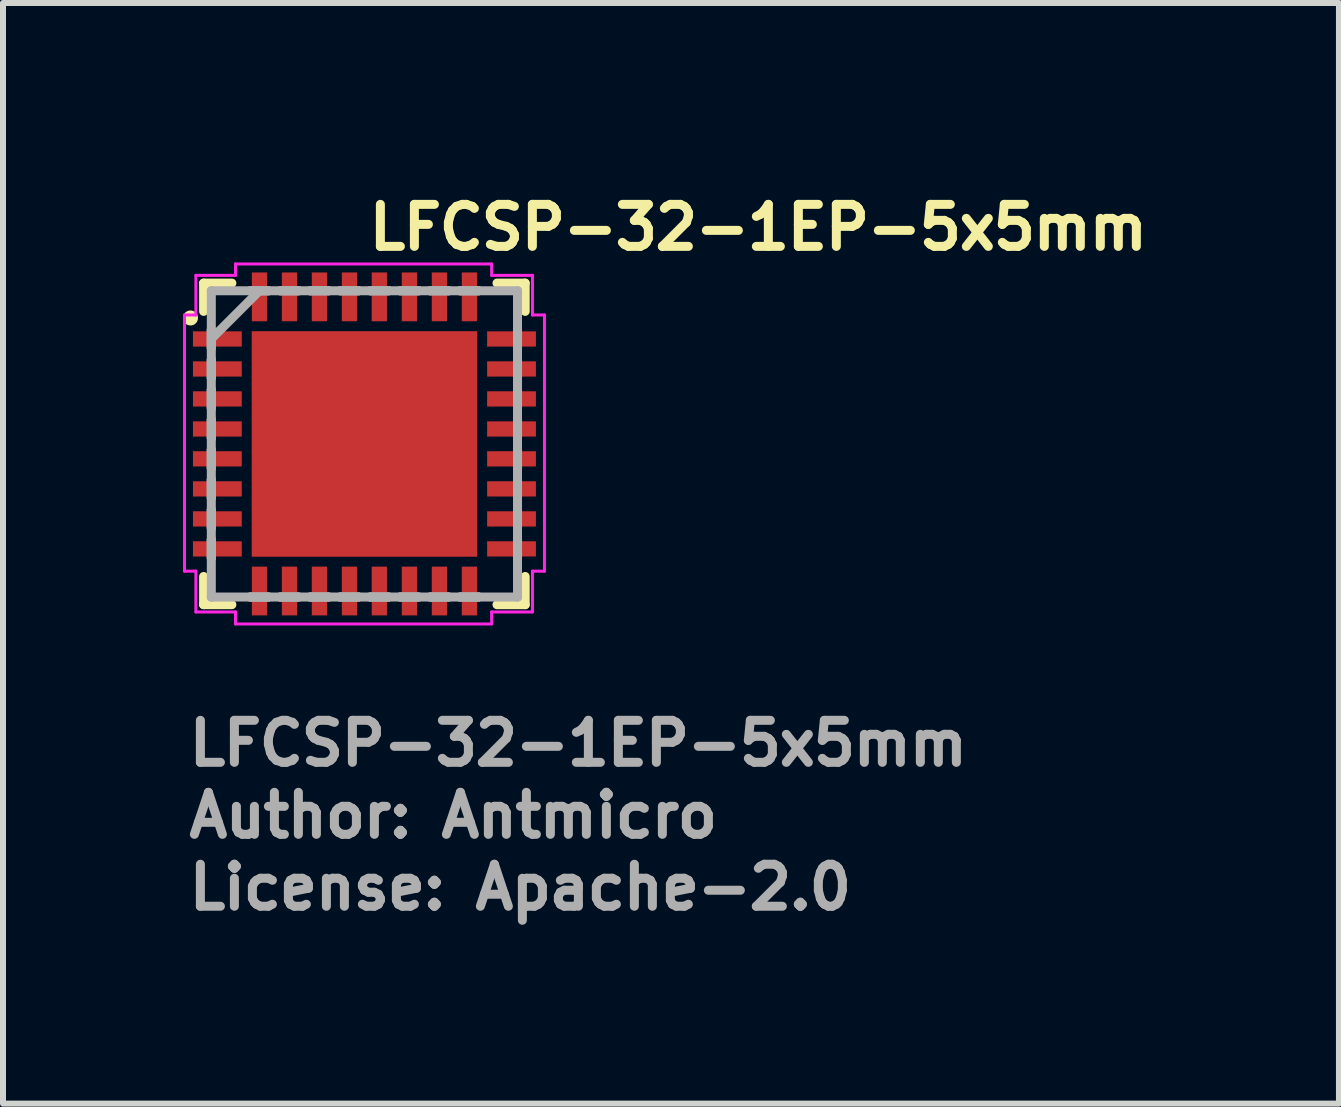
<source format=kicad_pcb>
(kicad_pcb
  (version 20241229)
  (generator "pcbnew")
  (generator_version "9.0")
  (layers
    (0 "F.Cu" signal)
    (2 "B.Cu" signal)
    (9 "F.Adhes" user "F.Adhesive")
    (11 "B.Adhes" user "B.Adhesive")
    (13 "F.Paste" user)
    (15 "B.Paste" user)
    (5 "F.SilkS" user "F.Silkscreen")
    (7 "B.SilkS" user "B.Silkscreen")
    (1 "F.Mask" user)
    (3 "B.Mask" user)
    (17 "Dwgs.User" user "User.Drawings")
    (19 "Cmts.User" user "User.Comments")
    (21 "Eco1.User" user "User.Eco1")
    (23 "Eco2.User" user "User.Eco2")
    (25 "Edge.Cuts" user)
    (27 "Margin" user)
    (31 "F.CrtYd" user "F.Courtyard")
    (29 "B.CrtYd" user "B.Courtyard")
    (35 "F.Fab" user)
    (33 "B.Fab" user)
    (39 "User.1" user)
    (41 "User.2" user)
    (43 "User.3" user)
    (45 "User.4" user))
  (footprint "LFCSP-32-1EP-5x5mm"
    (layer "F.Cu")
    (at 3.025 4.35)
    (property "Reference" "LFCSP-32-1EP-5x5mm" (at 0 -3.2 0) (layer "F.SilkS") (effects (font (size 0.7 0.7) (thickness 0.15)) (justify left bottom)))
    (attr smd)
    (fp_line (start -2.681 -2.681) (end -2.681 -2.21) (stroke (width 0.15) (type solid)) (layer "F.SilkS"))
    (fp_line (start -2.681 2.209) (end -2.681 2.679) (stroke (width 0.15) (type solid)) (layer "F.SilkS"))
    (fp_line (start -2.681 2.679) (end -2.21 2.679) (stroke (width 0.15) (type solid)) (layer "F.SilkS"))
    (fp_line (start -2.21 -2.681) (end -2.681 -2.681) (stroke (width 0.15) (type solid)) (layer "F.SilkS"))
    (fp_line (start 2.209 2.679) (end 2.679 2.679) (stroke (width 0.15) (type solid)) (layer "F.SilkS"))
    (fp_line (start 2.679 -2.681) (end 2.209 -2.681) (stroke (width 0.15) (type solid)) (layer "F.SilkS"))
    (fp_line (start 2.679 -2.21) (end 2.679 -2.681) (stroke (width 0.15) (type solid)) (layer "F.SilkS"))
    (fp_line (start 2.679 2.679) (end 2.679 2.209) (stroke (width 0.15) (type solid)) (layer "F.SilkS"))
    (fp_circle (center -2.9 -2.1) (end -2.85 -2.1) (stroke (width 0.15) (type solid)) (fill yes) (layer "F.SilkS"))
    (fp_line (start -3 -2.15) (end -2.81 -2.15) (stroke (width 0.05) (type solid)) (layer "F.CrtYd"))
    (fp_line (start -3 2.12) (end -3 -2.15) (stroke (width 0.05) (type solid)) (layer "F.CrtYd"))
    (fp_line (start -2.81 -2.81) (end -2.15 -2.81) (stroke (width 0.05) (type solid)) (layer "F.CrtYd"))
    (fp_line (start -2.81 -2.15) (end -2.81 -2.81) (stroke (width 0.05) (type solid)) (layer "F.CrtYd"))
    (fp_line (start -2.81 2.12) (end -3 2.12) (stroke (width 0.05) (type solid)) (layer "F.CrtYd"))
    (fp_line (start -2.81 2.8) (end -2.81 2.12) (stroke (width 0.05) (type solid)) (layer "F.CrtYd"))
    (fp_line (start -2.15 -3) (end 2.12 -3) (stroke (width 0.05) (type solid)) (layer "F.CrtYd"))
    (fp_line (start -2.15 -2.81) (end -2.15 -3) (stroke (width 0.05) (type solid)) (layer "F.CrtYd"))
    (fp_line (start -2.15 2.8) (end -2.81 2.8) (stroke (width 0.05) (type solid)) (layer "F.CrtYd"))
    (fp_line (start -2.15 3) (end -2.15 2.8) (stroke (width 0.05) (type solid)) (layer "F.CrtYd"))
    (fp_line (start 2.12 -3) (end 2.12 -2.81) (stroke (width 0.05) (type solid)) (layer "F.CrtYd"))
    (fp_line (start 2.12 -2.81) (end 2.8 -2.81) (stroke (width 0.05) (type solid)) (layer "F.CrtYd"))
    (fp_line (start 2.12 2.8) (end 2.12 3) (stroke (width 0.05) (type solid)) (layer "F.CrtYd"))
    (fp_line (start 2.12 3) (end -2.15 3) (stroke (width 0.05) (type solid)) (layer "F.CrtYd"))
    (fp_line (start 2.8 -2.81) (end 2.8 -2.15) (stroke (width 0.05) (type solid)) (layer "F.CrtYd"))
    (fp_line (start 2.8 -2.15) (end 3 -2.15) (stroke (width 0.05) (type solid)) (layer "F.CrtYd"))
    (fp_line (start 2.8 2.12) (end 2.8 2.8) (stroke (width 0.05) (type solid)) (layer "F.CrtYd"))
    (fp_line (start 2.8 2.8) (end 2.12 2.8) (stroke (width 0.05) (type solid)) (layer "F.CrtYd"))
    (fp_line (start 3 -2.15) (end 3 2.12) (stroke (width 0.05) (type solid)) (layer "F.CrtYd"))
    (fp_line (start 3 2.12) (end 2.8 2.12) (stroke (width 0.05) (type solid)) (layer "F.CrtYd"))
    (fp_line (start -2.553 -2.553) (end -2.553 -2.553) (stroke (width 0.15) (type solid)) (layer "F.Fab"))
    (fp_line (start -2.553 -2.553) (end -2.553 2.551) (stroke (width 0.15) (type solid)) (layer "F.Fab"))
    (fp_line (start -2.553 -1.903) (end -2.553 -1.903) (stroke (width 0.15) (type solid)) (layer "F.Fab"))
    (fp_line (start -2.553 -1.903) (end -2.553 -1.599) (stroke (width 0.15) (type solid)) (layer "F.Fab"))
    (fp_line (start -2.553 -1.751) (end -1.751 -2.553) (stroke (width 0.15) (type solid)) (layer "F.Fab"))
    (fp_line (start -2.553 -1.599) (end -2.553 -1.903) (stroke (width 0.15) (type solid)) (layer "F.Fab"))
    (fp_line (start -2.553 -1.599) (end -2.553 -1.599) (stroke (width 0.15) (type solid)) (layer "F.Fab"))
    (fp_line (start -2.553 -1.403) (end -2.553 -1.403) (stroke (width 0.15) (type solid)) (layer "F.Fab"))
    (fp_line (start -2.553 -1.403) (end -2.553 -1.099) (stroke (width 0.15) (type solid)) (layer "F.Fab"))
    (fp_line (start -2.553 -1.099) (end -2.553 -1.403) (stroke (width 0.15) (type solid)) (layer "F.Fab"))
    (fp_line (start -2.553 -1.099) (end -2.553 -1.099) (stroke (width 0.15) (type solid)) (layer "F.Fab"))
    (fp_line (start -2.553 -0.904) (end -2.553 -0.904) (stroke (width 0.15) (type solid)) (layer "F.Fab"))
    (fp_line (start -2.553 -0.904) (end -2.553 -0.598) (stroke (width 0.15) (type solid)) (layer "F.Fab"))
    (fp_line (start -2.553 -0.598) (end -2.553 -0.904) (stroke (width 0.15) (type solid)) (layer "F.Fab"))
    (fp_line (start -2.553 -0.598) (end -2.553 -0.598) (stroke (width 0.15) (type solid)) (layer "F.Fab"))
    (fp_line (start -2.553 -0.404) (end -2.553 -0.404) (stroke (width 0.15) (type solid)) (layer "F.Fab"))
    (fp_line (start -2.553 -0.404) (end -2.553 -0.099) (stroke (width 0.15) (type solid)) (layer "F.Fab"))
    (fp_line (start -2.553 -0.099) (end -2.553 -0.404) (stroke (width 0.15) (type solid)) (layer "F.Fab"))
    (fp_line (start -2.553 -0.099) (end -2.553 -0.099) (stroke (width 0.15) (type solid)) (layer "F.Fab"))
    (fp_line (start -2.553 0.097) (end -2.553 0.097) (stroke (width 0.15) (type solid)) (layer "F.Fab"))
    (fp_line (start -2.553 0.097) (end -2.553 0.402) (stroke (width 0.15) (type solid)) (layer "F.Fab"))
    (fp_line (start -2.553 0.402) (end -2.553 0.097) (stroke (width 0.15) (type solid)) (layer "F.Fab"))
    (fp_line (start -2.553 0.402) (end -2.553 0.402) (stroke (width 0.15) (type solid)) (layer "F.Fab"))
    (fp_line (start -2.553 0.596) (end -2.553 0.596) (stroke (width 0.15) (type solid)) (layer "F.Fab"))
    (fp_line (start -2.553 0.596) (end -2.553 0.902) (stroke (width 0.15) (type solid)) (layer "F.Fab"))
    (fp_line (start -2.553 0.902) (end -2.553 0.596) (stroke (width 0.15) (type solid)) (layer "F.Fab"))
    (fp_line (start -2.553 0.902) (end -2.553 0.902) (stroke (width 0.15) (type solid)) (layer "F.Fab"))
    (fp_line (start -2.553 1.096) (end -2.553 1.096) (stroke (width 0.15) (type solid)) (layer "F.Fab"))
    (fp_line (start -2.553 1.096) (end -2.553 1.402) (stroke (width 0.15) (type solid)) (layer "F.Fab"))
    (fp_line (start -2.553 1.402) (end -2.553 1.096) (stroke (width 0.15) (type solid)) (layer "F.Fab"))
    (fp_line (start -2.553 1.402) (end -2.553 1.402) (stroke (width 0.15) (type solid)) (layer "F.Fab"))
    (fp_line (start -2.553 1.596) (end -2.553 1.596) (stroke (width 0.15) (type solid)) (layer "F.Fab"))
    (fp_line (start -2.553 1.596) (end -2.553 1.902) (stroke (width 0.15) (type solid)) (layer "F.Fab"))
    (fp_line (start -2.553 1.902) (end -2.553 1.596) (stroke (width 0.15) (type solid)) (layer "F.Fab"))
    (fp_line (start -2.553 1.902) (end -2.553 1.902) (stroke (width 0.15) (type solid)) (layer "F.Fab"))
    (fp_line (start -2.553 2.551) (end -2.553 2.551) (stroke (width 0.15) (type solid)) (layer "F.Fab"))
    (fp_line (start -2.553 2.551) (end 2.551 2.551) (stroke (width 0.15) (type solid)) (layer "F.Fab"))
    (fp_line (start -1.903 -2.553) (end -1.903 -2.553) (stroke (width 0.15) (type solid)) (layer "F.Fab"))
    (fp_line (start -1.903 -2.553) (end -1.599 -2.553) (stroke (width 0.15) (type solid)) (layer "F.Fab"))
    (fp_line (start -1.903 2.551) (end -1.903 2.551) (stroke (width 0.15) (type solid)) (layer "F.Fab"))
    (fp_line (start -1.903 2.551) (end -1.599 2.551) (stroke (width 0.15) (type solid)) (layer "F.Fab"))
    (fp_line (start -1.599 -2.553) (end -1.903 -2.553) (stroke (width 0.15) (type solid)) (layer "F.Fab"))
    (fp_line (start -1.599 -2.553) (end -1.599 -2.553) (stroke (width 0.15) (type solid)) (layer "F.Fab"))
    (fp_line (start -1.599 2.551) (end -1.903 2.551) (stroke (width 0.15) (type solid)) (layer "F.Fab"))
    (fp_line (start -1.599 2.551) (end -1.599 2.551) (stroke (width 0.15) (type solid)) (layer "F.Fab"))
    (fp_line (start -1.403 -2.553) (end -1.403 -2.553) (stroke (width 0.15) (type solid)) (layer "F.Fab"))
    (fp_line (start -1.403 -2.553) (end -1.099 -2.553) (stroke (width 0.15) (type solid)) (layer "F.Fab"))
    (fp_line (start -1.403 2.551) (end -1.403 2.551) (stroke (width 0.15) (type solid)) (layer "F.Fab"))
    (fp_line (start -1.403 2.551) (end -1.099 2.551) (stroke (width 0.15) (type solid)) (layer "F.Fab"))
    (fp_line (start -1.099 -2.553) (end -1.403 -2.553) (stroke (width 0.15) (type solid)) (layer "F.Fab"))
    (fp_line (start -1.099 -2.553) (end -1.099 -2.553) (stroke (width 0.15) (type solid)) (layer "F.Fab"))
    (fp_line (start -1.099 2.551) (end -1.403 2.551) (stroke (width 0.15) (type solid)) (layer "F.Fab"))
    (fp_line (start -1.099 2.551) (end -1.099 2.551) (stroke (width 0.15) (type solid)) (layer "F.Fab"))
    (fp_line (start -0.904 -2.553) (end -0.904 -2.553) (stroke (width 0.15) (type solid)) (layer "F.Fab"))
    (fp_line (start -0.904 -2.553) (end -0.598 -2.553) (stroke (width 0.15) (type solid)) (layer "F.Fab"))
    (fp_line (start -0.904 2.551) (end -0.904 2.551) (stroke (width 0.15) (type solid)) (layer "F.Fab"))
    (fp_line (start -0.904 2.551) (end -0.598 2.551) (stroke (width 0.15) (type solid)) (layer "F.Fab"))
    (fp_line (start -0.598 -2.553) (end -0.904 -2.553) (stroke (width 0.15) (type solid)) (layer "F.Fab"))
    (fp_line (start -0.598 -2.553) (end -0.598 -2.553) (stroke (width 0.15) (type solid)) (layer "F.Fab"))
    (fp_line (start -0.598 2.551) (end -0.904 2.551) (stroke (width 0.15) (type solid)) (layer "F.Fab"))
    (fp_line (start -0.598 2.551) (end -0.598 2.551) (stroke (width 0.15) (type solid)) (layer "F.Fab"))
    (fp_line (start -0.404 -2.553) (end -0.404 -2.553) (stroke (width 0.15) (type solid)) (layer "F.Fab"))
    (fp_line (start -0.404 -2.553) (end -0.099 -2.553) (stroke (width 0.15) (type solid)) (layer "F.Fab"))
    (fp_line (start -0.404 2.551) (end -0.404 2.551) (stroke (width 0.15) (type solid)) (layer "F.Fab"))
    (fp_line (start -0.404 2.551) (end -0.099 2.551) (stroke (width 0.15) (type solid)) (layer "F.Fab"))
    (fp_line (start -0.099 -2.553) (end -0.404 -2.553) (stroke (width 0.15) (type solid)) (layer "F.Fab"))
    (fp_line (start -0.099 -2.553) (end -0.099 -2.553) (stroke (width 0.15) (type solid)) (layer "F.Fab"))
    (fp_line (start -0.099 2.551) (end -0.404 2.551) (stroke (width 0.15) (type solid)) (layer "F.Fab"))
    (fp_line (start -0.099 2.551) (end -0.099 2.551) (stroke (width 0.15) (type solid)) (layer "F.Fab"))
    (fp_line (start 0.097 -2.553) (end 0.097 -2.553) (stroke (width 0.15) (type solid)) (layer "F.Fab"))
    (fp_line (start 0.097 -2.553) (end 0.402 -2.553) (stroke (width 0.15) (type solid)) (layer "F.Fab"))
    (fp_line (start 0.097 2.551) (end 0.097 2.551) (stroke (width 0.15) (type solid)) (layer "F.Fab"))
    (fp_line (start 0.097 2.551) (end 0.402 2.551) (stroke (width 0.15) (type solid)) (layer "F.Fab"))
    (fp_line (start 0.402 -2.553) (end 0.097 -2.553) (stroke (width 0.15) (type solid)) (layer "F.Fab"))
    (fp_line (start 0.402 -2.553) (end 0.402 -2.553) (stroke (width 0.15) (type solid)) (layer "F.Fab"))
    (fp_line (start 0.402 2.551) (end 0.097 2.551) (stroke (width 0.15) (type solid)) (layer "F.Fab"))
    (fp_line (start 0.402 2.551) (end 0.402 2.551) (stroke (width 0.15) (type solid)) (layer "F.Fab"))
    (fp_line (start 0.596 -2.553) (end 0.596 -2.553) (stroke (width 0.15) (type solid)) (layer "F.Fab"))
    (fp_line (start 0.596 -2.553) (end 0.902 -2.553) (stroke (width 0.15) (type solid)) (layer "F.Fab"))
    (fp_line (start 0.596 2.551) (end 0.596 2.551) (stroke (width 0.15) (type solid)) (layer "F.Fab"))
    (fp_line (start 0.596 2.551) (end 0.902 2.551) (stroke (width 0.15) (type solid)) (layer "F.Fab"))
    (fp_line (start 0.902 -2.553) (end 0.596 -2.553) (stroke (width 0.15) (type solid)) (layer "F.Fab"))
    (fp_line (start 0.902 -2.553) (end 0.902 -2.553) (stroke (width 0.15) (type solid)) (layer "F.Fab"))
    (fp_line (start 0.902 2.551) (end 0.596 2.551) (stroke (width 0.15) (type solid)) (layer "F.Fab"))
    (fp_line (start 0.902 2.551) (end 0.902 2.551) (stroke (width 0.15) (type solid)) (layer "F.Fab"))
    (fp_line (start 1.096 -2.553) (end 1.096 -2.553) (stroke (width 0.15) (type solid)) (layer "F.Fab"))
    (fp_line (start 1.096 -2.553) (end 1.402 -2.553) (stroke (width 0.15) (type solid)) (layer "F.Fab"))
    (fp_line (start 1.096 2.551) (end 1.096 2.551) (stroke (width 0.15) (type solid)) (layer "F.Fab"))
    (fp_line (start 1.096 2.551) (end 1.402 2.551) (stroke (width 0.15) (type solid)) (layer "F.Fab"))
    (fp_line (start 1.402 -2.553) (end 1.096 -2.553) (stroke (width 0.15) (type solid)) (layer "F.Fab"))
    (fp_line (start 1.402 -2.553) (end 1.402 -2.553) (stroke (width 0.15) (type solid)) (layer "F.Fab"))
    (fp_line (start 1.402 2.551) (end 1.096 2.551) (stroke (width 0.15) (type solid)) (layer "F.Fab"))
    (fp_line (start 1.402 2.551) (end 1.402 2.551) (stroke (width 0.15) (type solid)) (layer "F.Fab"))
    (fp_line (start 1.596 -2.553) (end 1.596 -2.553) (stroke (width 0.15) (type solid)) (layer "F.Fab"))
    (fp_line (start 1.596 -2.553) (end 1.902 -2.553) (stroke (width 0.15) (type solid)) (layer "F.Fab"))
    (fp_line (start 1.596 2.551) (end 1.596 2.551) (stroke (width 0.15) (type solid)) (layer "F.Fab"))
    (fp_line (start 1.596 2.551) (end 1.902 2.551) (stroke (width 0.15) (type solid)) (layer "F.Fab"))
    (fp_line (start 1.902 -2.553) (end 1.596 -2.553) (stroke (width 0.15) (type solid)) (layer "F.Fab"))
    (fp_line (start 1.902 -2.553) (end 1.902 -2.553) (stroke (width 0.15) (type solid)) (layer "F.Fab"))
    (fp_line (start 1.902 2.551) (end 1.596 2.551) (stroke (width 0.15) (type solid)) (layer "F.Fab"))
    (fp_line (start 1.902 2.551) (end 1.902 2.551) (stroke (width 0.15) (type solid)) (layer "F.Fab"))
    (fp_line (start 2.551 -2.553) (end -2.553 -2.553) (stroke (width 0.15) (type solid)) (layer "F.Fab"))
    (fp_line (start 2.551 -2.553) (end 2.551 -2.553) (stroke (width 0.15) (type solid)) (layer "F.Fab"))
    (fp_line (start 2.551 -1.903) (end 2.551 -1.903) (stroke (width 0.15) (type solid)) (layer "F.Fab"))
    (fp_line (start 2.551 -1.903) (end 2.551 -1.599) (stroke (width 0.15) (type solid)) (layer "F.Fab"))
    (fp_line (start 2.551 -1.599) (end 2.551 -1.903) (stroke (width 0.15) (type solid)) (layer "F.Fab"))
    (fp_line (start 2.551 -1.599) (end 2.551 -1.599) (stroke (width 0.15) (type solid)) (layer "F.Fab"))
    (fp_line (start 2.551 -1.403) (end 2.551 -1.403) (stroke (width 0.15) (type solid)) (layer "F.Fab"))
    (fp_line (start 2.551 -1.403) (end 2.551 -1.099) (stroke (width 0.15) (type solid)) (layer "F.Fab"))
    (fp_line (start 2.551 -1.099) (end 2.551 -1.403) (stroke (width 0.15) (type solid)) (layer "F.Fab"))
    (fp_line (start 2.551 -1.099) (end 2.551 -1.099) (stroke (width 0.15) (type solid)) (layer "F.Fab"))
    (fp_line (start 2.551 -0.904) (end 2.551 -0.904) (stroke (width 0.15) (type solid)) (layer "F.Fab"))
    (fp_line (start 2.551 -0.904) (end 2.551 -0.598) (stroke (width 0.15) (type solid)) (layer "F.Fab"))
    (fp_line (start 2.551 -0.598) (end 2.551 -0.904) (stroke (width 0.15) (type solid)) (layer "F.Fab"))
    (fp_line (start 2.551 -0.598) (end 2.551 -0.598) (stroke (width 0.15) (type solid)) (layer "F.Fab"))
    (fp_line (start 2.551 -0.404) (end 2.551 -0.404) (stroke (width 0.15) (type solid)) (layer "F.Fab"))
    (fp_line (start 2.551 -0.404) (end 2.551 -0.099) (stroke (width 0.15) (type solid)) (layer "F.Fab"))
    (fp_line (start 2.551 -0.099) (end 2.551 -0.404) (stroke (width 0.15) (type solid)) (layer "F.Fab"))
    (fp_line (start 2.551 -0.099) (end 2.551 -0.099) (stroke (width 0.15) (type solid)) (layer "F.Fab"))
    (fp_line (start 2.551 0.097) (end 2.551 0.097) (stroke (width 0.15) (type solid)) (layer "F.Fab"))
    (fp_line (start 2.551 0.097) (end 2.551 0.402) (stroke (width 0.15) (type solid)) (layer "F.Fab"))
    (fp_line (start 2.551 0.402) (end 2.551 0.097) (stroke (width 0.15) (type solid)) (layer "F.Fab"))
    (fp_line (start 2.551 0.402) (end 2.551 0.402) (stroke (width 0.15) (type solid)) (layer "F.Fab"))
    (fp_line (start 2.551 0.596) (end 2.551 0.596) (stroke (width 0.15) (type solid)) (layer "F.Fab"))
    (fp_line (start 2.551 0.596) (end 2.551 0.902) (stroke (width 0.15) (type solid)) (layer "F.Fab"))
    (fp_line (start 2.551 0.902) (end 2.551 0.596) (stroke (width 0.15) (type solid)) (layer "F.Fab"))
    (fp_line (start 2.551 0.902) (end 2.551 0.902) (stroke (width 0.15) (type solid)) (layer "F.Fab"))
    (fp_line (start 2.551 1.096) (end 2.551 1.096) (stroke (width 0.15) (type solid)) (layer "F.Fab"))
    (fp_line (start 2.551 1.096) (end 2.551 1.402) (stroke (width 0.15) (type solid)) (layer "F.Fab"))
    (fp_line (start 2.551 1.402) (end 2.551 1.096) (stroke (width 0.15) (type solid)) (layer "F.Fab"))
    (fp_line (start 2.551 1.402) (end 2.551 1.402) (stroke (width 0.15) (type solid)) (layer "F.Fab"))
    (fp_line (start 2.551 1.596) (end 2.551 1.596) (stroke (width 0.15) (type solid)) (layer "F.Fab"))
    (fp_line (start 2.551 1.596) (end 2.551 1.902) (stroke (width 0.15) (type solid)) (layer "F.Fab"))
    (fp_line (start 2.551 1.902) (end 2.551 1.596) (stroke (width 0.15) (type solid)) (layer "F.Fab"))
    (fp_line (start 2.551 1.902) (end 2.551 1.902) (stroke (width 0.15) (type solid)) (layer "F.Fab"))
    (fp_line (start 2.551 2.551) (end 2.551 -2.553) (stroke (width 0.15) (type solid)) (layer "F.Fab"))
    (fp_line (start 2.551 2.551) (end 2.551 2.551) (stroke (width 0.15) (type solid)) (layer "F.Fab"))
    (fp_rect (start -2.501 -2.501) (end 2.499 2.499) (stroke (width 0.1) (type solid)) (fill no) (layer "User.5"))
    (fp_line (start -2.501 -1.875) (end -2.5 -1.875) (stroke (width 0.02) (type solid)) (layer "User.9"))
    (fp_line (start -2.501 -1.625) (end -2.501 -1.875) (stroke (width 0.02) (type solid)) (layer "User.9"))
    (fp_line (start -2.501 -1.375) (end -2.5 -1.375) (stroke (width 0.02) (type solid)) (layer "User.9"))
    (fp_line (start -2.501 -1.125) (end -2.501 -1.375) (stroke (width 0.02) (type solid)) (layer "User.9"))
    (fp_line (start -2.501 -0.875) (end -2.5 -0.875) (stroke (width 0.02) (type solid)) (layer "User.9"))
    (fp_line (start -2.501 -0.625) (end -2.501 -0.875) (stroke (width 0.02) (type solid)) (layer "User.9"))
    (fp_line (start -2.501 -0.375) (end -2.5 -0.375) (stroke (width 0.02) (type solid)) (layer "User.9"))
    (fp_line (start -2.501 -0.125) (end -2.501 -0.375) (stroke (width 0.02) (type solid)) (layer "User.9"))
    (fp_line (start -2.501 0.123) (end -2.5 0.123) (stroke (width 0.02) (type solid)) (layer "User.9"))
    (fp_line (start -2.501 0.373) (end -2.501 0.123) (stroke (width 0.02) (type solid)) (layer "User.9"))
    (fp_line (start -2.501 0.623) (end -2.5 0.623) (stroke (width 0.02) (type solid)) (layer "User.9"))
    (fp_line (start -2.501 0.873) (end -2.501 0.623) (stroke (width 0.02) (type solid)) (layer "User.9"))
    (fp_line (start -2.501 1.124) (end -2.5 1.124) (stroke (width 0.02) (type solid)) (layer "User.9"))
    (fp_line (start -2.501 1.374) (end -2.501 1.124) (stroke (width 0.02) (type solid)) (layer "User.9"))
    (fp_line (start -2.501 1.624) (end -2.5 1.624) (stroke (width 0.02) (type solid)) (layer "User.9"))
    (fp_line (start -2.501 1.874) (end -2.501 1.624) (stroke (width 0.02) (type solid)) (layer "User.9"))
    (fp_line (start -2.5 -2.5) (end -2.5 2.499) (stroke (width 0.02) (type solid)) (layer "User.9"))
    (fp_line (start -2.5 -1.625) (end -2.501 -1.625) (stroke (width 0.02) (type solid)) (layer "User.9"))
    (fp_line (start -2.5 -1.125) (end -2.501 -1.125) (stroke (width 0.02) (type solid)) (layer "User.9"))
    (fp_line (start -2.5 -0.625) (end -2.501 -0.625) (stroke (width 0.02) (type solid)) (layer "User.9"))
    (fp_line (start -2.5 -0.125) (end -2.501 -0.125) (stroke (width 0.02) (type solid)) (layer "User.9"))
    (fp_line (start -2.5 0.373) (end -2.501 0.373) (stroke (width 0.02) (type solid)) (layer "User.9"))
    (fp_line (start -2.5 0.873) (end -2.501 0.873) (stroke (width 0.02) (type solid)) (layer "User.9"))
    (fp_line (start -2.5 1.374) (end -2.501 1.374) (stroke (width 0.02) (type solid)) (layer "User.9"))
    (fp_line (start -2.5 1.874) (end -2.501 1.874) (stroke (width 0.02) (type solid)) (layer "User.9"))
    (fp_line (start -2.5 2.499) (end 2.499 2.499) (stroke (width 0.02) (type solid)) (layer "User.9"))
    (fp_line (start -1.875 -2.501) (end -1.625 -2.501) (stroke (width 0.02) (type solid)) (layer "User.9"))
    (fp_line (start -1.875 -2.5) (end -1.875 -2.501) (stroke (width 0.02) (type solid)) (layer "User.9"))
    (fp_line (start -1.875 2.499) (end -1.875 2.499) (stroke (width 0.02) (type solid)) (layer "User.9"))
    (fp_line (start -1.875 2.499) (end -1.625 2.499) (stroke (width 0.02) (type solid)) (layer "User.9"))
    (fp_line (start -1.625 -2.501) (end -1.625 -2.5) (stroke (width 0.02) (type solid)) (layer "User.9"))
    (fp_line (start -1.625 2.499) (end -1.625 2.499) (stroke (width 0.02) (type solid)) (layer "User.9"))
    (fp_line (start -1.375 -2.501) (end -1.125 -2.501) (stroke (width 0.02) (type solid)) (layer "User.9"))
    (fp_line (start -1.375 -2.5) (end -1.375 -2.501) (stroke (width 0.02) (type solid)) (layer "User.9"))
    (fp_line (start -1.375 2.499) (end -1.375 2.499) (stroke (width 0.02) (type solid)) (layer "User.9"))
    (fp_line (start -1.375 2.499) (end -1.125 2.499) (stroke (width 0.02) (type solid)) (layer "User.9"))
    (fp_line (start -1.125 -2.501) (end -1.125 -2.5) (stroke (width 0.02) (type solid)) (layer "User.9"))
    (fp_line (start -1.125 2.499) (end -1.125 2.499) (stroke (width 0.02) (type solid)) (layer "User.9"))
    (fp_line (start -0.875 -2.501) (end -0.625 -2.501) (stroke (width 0.02) (type solid)) (layer "User.9"))
    (fp_line (start -0.875 -2.5) (end -0.875 -2.501) (stroke (width 0.02) (type solid)) (layer "User.9"))
    (fp_line (start -0.875 2.499) (end -0.875 2.499) (stroke (width 0.02) (type solid)) (layer "User.9"))
    (fp_line (start -0.875 2.499) (end -0.625 2.499) (stroke (width 0.02) (type solid)) (layer "User.9"))
    (fp_line (start -0.625 -2.501) (end -0.625 -2.5) (stroke (width 0.02) (type solid)) (layer "User.9"))
    (fp_line (start -0.625 2.499) (end -0.625 2.499) (stroke (width 0.02) (type solid)) (layer "User.9"))
    (fp_line (start -0.375 -2.501) (end -0.125 -2.501) (stroke (width 0.02) (type solid)) (layer "User.9"))
    (fp_line (start -0.375 -2.5) (end -0.375 -2.501) (stroke (width 0.02) (type solid)) (layer "User.9"))
    (fp_line (start -0.375 2.499) (end -0.375 2.499) (stroke (width 0.02) (type solid)) (layer "User.9"))
    (fp_line (start -0.375 2.499) (end -0.125 2.499) (stroke (width 0.02) (type solid)) (layer "User.9"))
    (fp_line (start -0.125 -2.501) (end -0.125 -2.5) (stroke (width 0.02) (type solid)) (layer "User.9"))
    (fp_line (start -0.125 2.499) (end -0.125 2.499) (stroke (width 0.02) (type solid)) (layer "User.9"))
    (fp_line (start 0.123 -2.501) (end 0.123 -2.5) (stroke (width 0.02) (type solid)) (layer "User.9"))
    (fp_line (start 0.123 2.499) (end 0.123 2.499) (stroke (width 0.02) (type solid)) (layer "User.9"))
    (fp_line (start 0.373 -2.501) (end 0.123 -2.501) (stroke (width 0.02) (type solid)) (layer "User.9"))
    (fp_line (start 0.373 -2.5) (end 0.373 -2.501) (stroke (width 0.02) (type solid)) (layer "User.9"))
    (fp_line (start 0.373 2.499) (end 0.123 2.499) (stroke (width 0.02) (type solid)) (layer "User.9"))
    (fp_line (start 0.373 2.499) (end 0.373 2.499) (stroke (width 0.02) (type solid)) (layer "User.9"))
    (fp_line (start 0.623 -2.501) (end 0.623 -2.5) (stroke (width 0.02) (type solid)) (layer "User.9"))
    (fp_line (start 0.623 2.499) (end 0.623 2.499) (stroke (width 0.02) (type solid)) (layer "User.9"))
    (fp_line (start 0.873 -2.501) (end 0.623 -2.501) (stroke (width 0.02) (type solid)) (layer "User.9"))
    (fp_line (start 0.873 -2.5) (end 0.873 -2.501) (stroke (width 0.02) (type solid)) (layer "User.9"))
    (fp_line (start 0.873 2.499) (end 0.623 2.499) (stroke (width 0.02) (type solid)) (layer "User.9"))
    (fp_line (start 0.873 2.499) (end 0.873 2.499) (stroke (width 0.02) (type solid)) (layer "User.9"))
    (fp_line (start 1.124 -2.501) (end 1.124 -2.5) (stroke (width 0.02) (type solid)) (layer "User.9"))
    (fp_line (start 1.124 2.499) (end 1.124 2.499) (stroke (width 0.02) (type solid)) (layer "User.9"))
    (fp_line (start 1.374 -2.501) (end 1.124 -2.501) (stroke (width 0.02) (type solid)) (layer "User.9"))
    (fp_line (start 1.374 -2.5) (end 1.374 -2.501) (stroke (width 0.02) (type solid)) (layer "User.9"))
    (fp_line (start 1.374 2.499) (end 1.124 2.499) (stroke (width 0.02) (type solid)) (layer "User.9"))
    (fp_line (start 1.374 2.499) (end 1.374 2.499) (stroke (width 0.02) (type solid)) (layer "User.9"))
    (fp_line (start 1.624 -2.501) (end 1.624 -2.5) (stroke (width 0.02) (type solid)) (layer "User.9"))
    (fp_line (start 1.624 2.499) (end 1.624 2.499) (stroke (width 0.02) (type solid)) (layer "User.9"))
    (fp_line (start 1.874 -2.501) (end 1.624 -2.501) (stroke (width 0.02) (type solid)) (layer "User.9"))
    (fp_line (start 1.874 -2.5) (end 1.874 -2.501) (stroke (width 0.02) (type solid)) (layer "User.9"))
    (fp_line (start 1.874 2.499) (end 1.624 2.499) (stroke (width 0.02) (type solid)) (layer "User.9"))
    (fp_line (start 1.874 2.499) (end 1.874 2.499) (stroke (width 0.02) (type solid)) (layer "User.9"))
    (fp_line (start 2.499 -1.875) (end 2.499 -1.875) (stroke (width 0.02) (type solid)) (layer "User.9"))
    (fp_line (start 2.499 -1.625) (end 2.499 -1.875) (stroke (width 0.02) (type solid)) (layer "User.9"))
    (fp_line (start 2.499 -1.625) (end 2.499 -1.625) (stroke (width 0.02) (type solid)) (layer "User.9"))
    (fp_line (start 2.499 -1.375) (end 2.499 -1.375) (stroke (width 0.02) (type solid)) (layer "User.9"))
    (fp_line (start 2.499 -1.125) (end 2.499 -1.375) (stroke (width 0.02) (type solid)) (layer "User.9"))
    (fp_line (start 2.499 -1.125) (end 2.499 -1.125) (stroke (width 0.02) (type solid)) (layer "User.9"))
    (fp_line (start 2.499 -0.875) (end 2.499 -0.875) (stroke (width 0.02) (type solid)) (layer "User.9"))
    (fp_line (start 2.499 -0.625) (end 2.499 -0.875) (stroke (width 0.02) (type solid)) (layer "User.9"))
    (fp_line (start 2.499 -0.625) (end 2.499 -0.625) (stroke (width 0.02) (type solid)) (layer "User.9"))
    (fp_line (start 2.499 -0.375) (end 2.499 -0.375) (stroke (width 0.02) (type solid)) (layer "User.9"))
    (fp_line (start 2.499 -0.125) (end 2.499 -0.375) (stroke (width 0.02) (type solid)) (layer "User.9"))
    (fp_line (start 2.499 -0.125) (end 2.499 -0.125) (stroke (width 0.02) (type solid)) (layer "User.9"))
    (fp_line (start 2.499 0.123) (end 2.499 0.123) (stroke (width 0.02) (type solid)) (layer "User.9"))
    (fp_line (start 2.499 0.373) (end 2.499 0.123) (stroke (width 0.02) (type solid)) (layer "User.9"))
    (fp_line (start 2.499 0.373) (end 2.499 0.373) (stroke (width 0.02) (type solid)) (layer "User.9"))
    (fp_line (start 2.499 0.623) (end 2.499 0.623) (stroke (width 0.02) (type solid)) (layer "User.9"))
    (fp_line (start 2.499 0.873) (end 2.499 0.623) (stroke (width 0.02) (type solid)) (layer "User.9"))
    (fp_line (start 2.499 0.873) (end 2.499 0.873) (stroke (width 0.02) (type solid)) (layer "User.9"))
    (fp_line (start 2.499 1.124) (end 2.499 1.124) (stroke (width 0.02) (type solid)) (layer "User.9"))
    (fp_line (start 2.499 1.374) (end 2.499 1.124) (stroke (width 0.02) (type solid)) (layer "User.9"))
    (fp_line (start 2.499 1.374) (end 2.499 1.374) (stroke (width 0.02) (type solid)) (layer "User.9"))
    (fp_line (start 2.499 1.624) (end 2.499 1.624) (stroke (width 0.02) (type solid)) (layer "User.9"))
    (fp_line (start 2.499 1.874) (end 2.499 1.624) (stroke (width 0.02) (type solid)) (layer "User.9"))
    (fp_line (start 2.499 1.874) (end 2.499 1.874) (stroke (width 0.02) (type solid)) (layer "User.9"))
    (fp_line (start 2.499 2.499) (end 2.499 -2.5) (stroke (width 0.02) (type solid)) (layer "User.9"))
    (fp_line (start 2.5 -2.5) (end -2.5 -2.5) (stroke (width 0.02) (type solid)) (layer "User.9"))
    (fp_circle (center -1.85 -1.85) (end -1.725 -1.85) (stroke (width 0.05) (type solid)) (fill no) (layer "User.9"))
    (fp_text user "${REFERENCE}" (at -3 5.4 0) (layer "F.Fab") (effects (font (size 0.7 0.7) (thickness 0.15)) (justify left bottom)))
    (fp_text user "Author: Antmicro" (at -3 6.6 0) (layer "F.Fab") (effects (font (size 0.7 0.7) (thickness 0.15)) (justify left bottom)))
    (fp_text user "License: Apache-2.0" (at -3 7.799 0) (layer "F.Fab") (effects (font (size 0.7 0.7) (thickness 0.15)) (justify left bottom)))
    (pad "" smd roundrect (at -0.941 -0.941) (size 1.678 1.678) (layers "F.Paste") (roundrect_rratio 0.03))
    (pad "" smd roundrect (at -0.941 0.94) (size 1.678 1.679) (layers "F.Paste") (roundrect_rratio 0.03))
    (pad "" smd roundrect (at 0.94 -0.941) (size 1.679 1.678) (layers "F.Paste") (roundrect_rratio 0.03))
    (pad "" smd roundrect (at 0.94 0.94) (size 1.679 1.679) (layers "F.Paste") (roundrect_rratio 0.03))
    (pad "1" smd rect (at -2.452 -1.75 90) (size 0.254 0.813) (layers "F.Cu" "F.Mask" "F.Paste"))
    (pad "2" smd rect (at -2.452 -1.25 90) (size 0.254 0.813) (layers "F.Cu" "F.Mask" "F.Paste"))
    (pad "3" smd rect (at -2.452 -0.751 90) (size 0.254 0.813) (layers "F.Cu" "F.Mask" "F.Paste"))
    (pad "4" smd rect (at -2.452 -0.25 90) (size 0.254 0.813) (layers "F.Cu" "F.Mask" "F.Paste"))
    (pad "5" smd rect (at -2.452 0.248 90) (size 0.254 0.813) (layers "F.Cu" "F.Mask" "F.Paste"))
    (pad "6" smd rect (at -2.452 0.749 90) (size 0.254 0.813) (layers "F.Cu" "F.Mask" "F.Paste"))
    (pad "7" smd rect (at -2.452 1.249 90) (size 0.254 0.813) (layers "F.Cu" "F.Mask" "F.Paste"))
    (pad "8" smd rect (at -2.452 1.749 90) (size 0.254 0.813) (layers "F.Cu" "F.Mask" "F.Paste"))
    (pad "9" smd rect (at -1.75 2.451) (size 0.254 0.813) (layers "F.Cu" "F.Mask" "F.Paste"))
    (pad "10" smd rect (at -1.25 2.451) (size 0.254 0.813) (layers "F.Cu" "F.Mask" "F.Paste"))
    (pad "11" smd rect (at -0.751 2.451) (size 0.254 0.813) (layers "F.Cu" "F.Mask" "F.Paste"))
    (pad "12" smd rect (at -0.25 2.451) (size 0.254 0.813) (layers "F.Cu" "F.Mask" "F.Paste"))
    (pad "13" smd rect (at 0.248 2.451) (size 0.254 0.813) (layers "F.Cu" "F.Mask" "F.Paste"))
    (pad "14" smd rect (at 0.749 2.451) (size 0.254 0.813) (layers "F.Cu" "F.Mask" "F.Paste"))
    (pad "15" smd rect (at 1.249 2.451) (size 0.254 0.813) (layers "F.Cu" "F.Mask" "F.Paste"))
    (pad "16" smd rect (at 1.749 2.451) (size 0.254 0.813) (layers "F.Cu" "F.Mask" "F.Paste"))
    (pad "17" smd rect (at 2.451 1.749 90) (size 0.254 0.813) (layers "F.Cu" "F.Mask" "F.Paste"))
    (pad "18" smd rect (at 2.451 1.249 90) (size 0.254 0.813) (layers "F.Cu" "F.Mask" "F.Paste"))
    (pad "19" smd rect (at 2.451 0.749 90) (size 0.254 0.813) (layers "F.Cu" "F.Mask" "F.Paste"))
    (pad "20" smd rect (at 2.451 0.248 90) (size 0.254 0.813) (layers "F.Cu" "F.Mask" "F.Paste"))
    (pad "21" smd rect (at 2.451 -0.25 90) (size 0.254 0.813) (layers "F.Cu" "F.Mask" "F.Paste"))
    (pad "22" smd rect (at 2.451 -0.751 90) (size 0.254 0.813) (layers "F.Cu" "F.Mask" "F.Paste"))
    (pad "23" smd rect (at 2.451 -1.25 90) (size 0.254 0.813) (layers "F.Cu" "F.Mask" "F.Paste"))
    (pad "24" smd rect (at 2.451 -1.75 90) (size 0.254 0.813) (layers "F.Cu" "F.Mask" "F.Paste"))
    (pad "25" smd rect (at 1.749 -2.452) (size 0.254 0.813) (layers "F.Cu" "F.Mask" "F.Paste"))
    (pad "26" smd rect (at 1.249 -2.452) (size 0.254 0.813) (layers "F.Cu" "F.Mask" "F.Paste"))
    (pad "27" smd rect (at 0.749 -2.452) (size 0.254 0.813) (layers "F.Cu" "F.Mask" "F.Paste"))
    (pad "28" smd rect (at 0.248 -2.452) (size 0.254 0.813) (layers "F.Cu" "F.Mask" "F.Paste"))
    (pad "29" smd rect (at -0.25 -2.452) (size 0.254 0.813) (layers "F.Cu" "F.Mask" "F.Paste"))
    (pad "30" smd rect (at -0.751 -2.452) (size 0.254 0.813) (layers "F.Cu" "F.Mask" "F.Paste"))
    (pad "31" smd rect (at -1.25 -2.452) (size 0.254 0.813) (layers "F.Cu" "F.Mask" "F.Paste"))
    (pad "32" smd rect (at -1.75 -2.452) (size 0.254 0.813) (layers "F.Cu" "F.Mask" "F.Paste"))
    (pad "33" smd rect (at 0 0) (size 3.759 3.759) (layers "F.Cu" "F.Mask")))
  (gr_rect
    (start -3 -3)
    (end 19.268 15.345)
    (stroke (width 0.1) (type default))
    (fill no)
    (layer "Edge.Cuts")))
</source>
